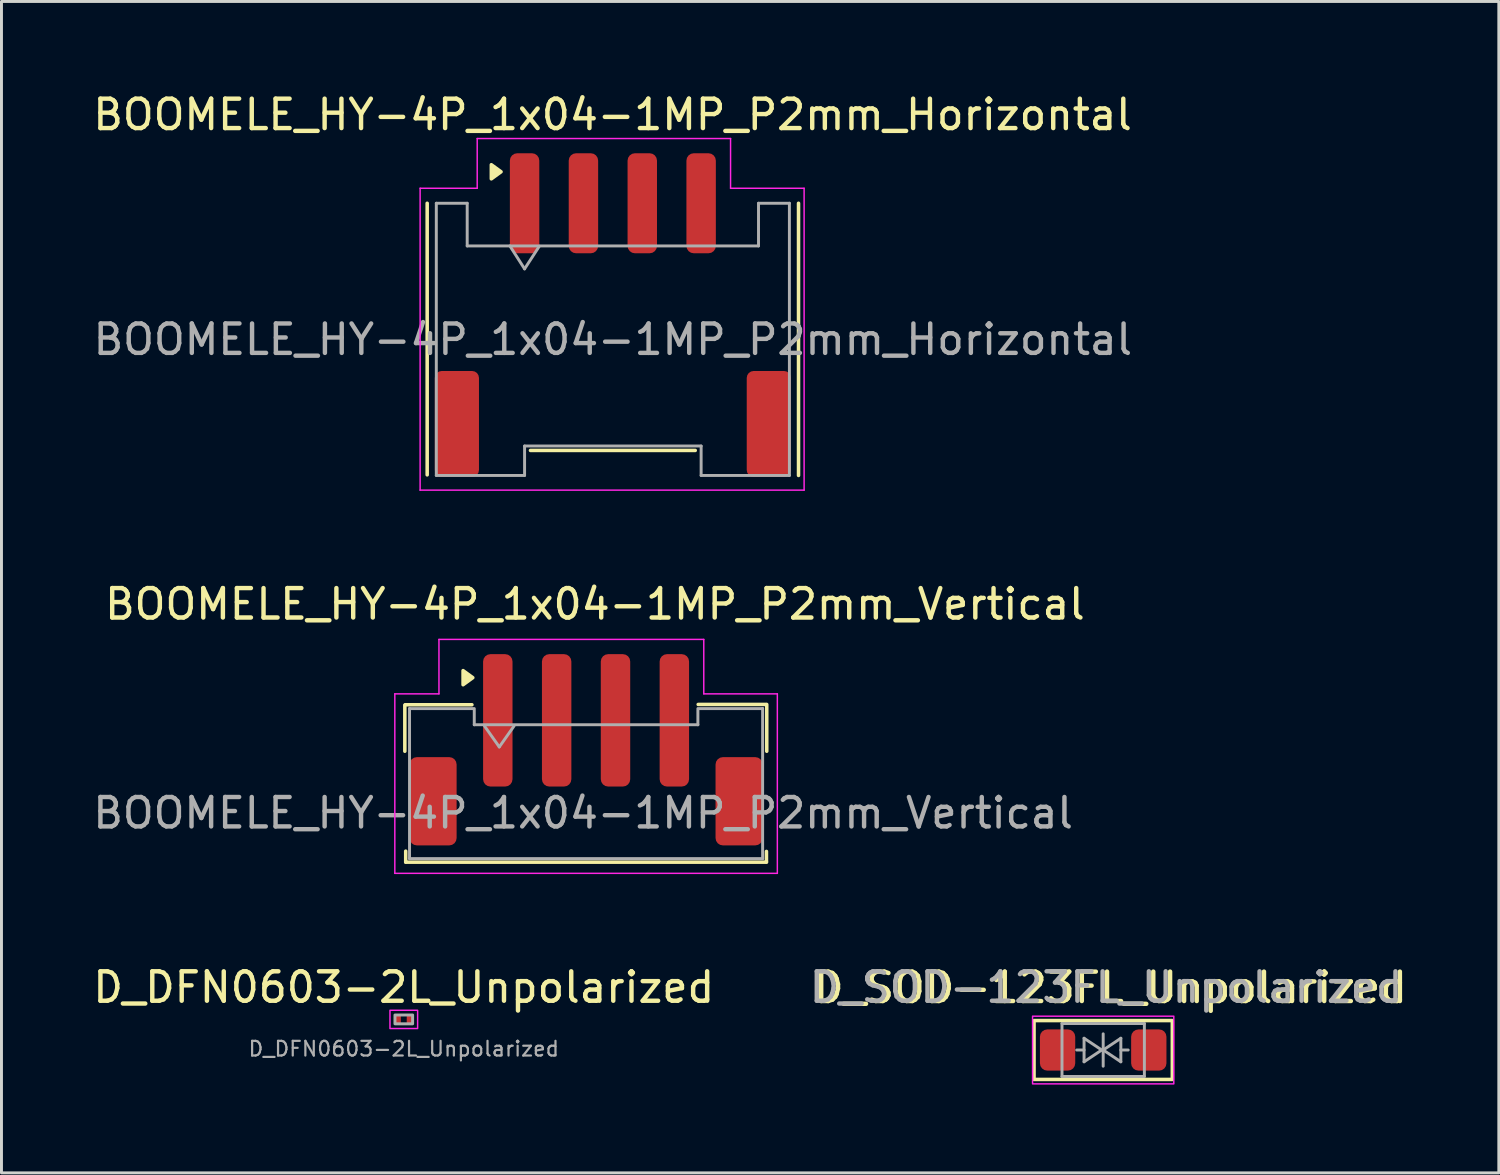
<source format=kicad_pcb>
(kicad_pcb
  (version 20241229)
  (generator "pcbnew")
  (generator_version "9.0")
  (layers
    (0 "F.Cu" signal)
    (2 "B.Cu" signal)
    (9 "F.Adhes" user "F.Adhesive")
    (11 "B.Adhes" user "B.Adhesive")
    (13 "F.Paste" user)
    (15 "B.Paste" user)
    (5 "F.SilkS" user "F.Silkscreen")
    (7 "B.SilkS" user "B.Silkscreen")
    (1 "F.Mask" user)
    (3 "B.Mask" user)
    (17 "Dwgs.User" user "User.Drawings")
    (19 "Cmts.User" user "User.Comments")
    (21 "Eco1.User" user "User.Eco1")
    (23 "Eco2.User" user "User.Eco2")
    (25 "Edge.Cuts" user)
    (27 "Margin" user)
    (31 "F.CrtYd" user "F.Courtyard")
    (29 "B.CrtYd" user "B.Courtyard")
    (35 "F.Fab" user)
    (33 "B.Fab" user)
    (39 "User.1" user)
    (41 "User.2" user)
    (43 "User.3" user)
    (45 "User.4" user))
  (footprint "D_DFN0603-2L_Unpolarized"
    (layer "F.Cu")
    (at 10.673 31.595)
    (property "Reference" "D_DFN0603-2L_Unpolarized" (at 0 -1.09 0) (unlocked yes) (layer "F.SilkS") (effects (font (size 1 1) (thickness 0.15))))
    (attr smd)
    (fp_rect (start -0.47 -0.31) (end 0.47 0.31) (stroke (width 0.05) (type default)) (fill no) (layer "F.CrtYd"))
    (fp_rect (start -0.3 -0.15) (end 0.3 0.15) (stroke (width 0.1) (type solid)) (fill no) (layer "F.Fab"))
    (fp_text user "${REFERENCE}" (at 0 1 0) (unlocked yes) (layer "F.Fab") (effects (font (size 0.5 0.5) (thickness 0.075))))
    (pad "1" smd roundrect (at -0.21 0) (size 0.22 0.32) (layers "F.Cu" "F.Mask" "F.Paste") (roundrect_rratio 0.25))
    (pad "2" smd roundrect (at 0.21 0) (size 0.22 0.32) (layers "F.Cu" "F.Mask" "F.Paste") (roundrect_rratio 0.25)))
  (footprint "D_SOD-123FL_Unpolarized"
    (layer "F.Cu")
    (at 34.442 32.635)
    (property "Reference" "D_SOD-123FL_Unpolarized" (at 0.25 -2.12 0) (layer "F.SilkS") (effects (font (size 1 1) (thickness 0.15))))
    (attr smd)
    (fp_rect (start -2.35 -1) (end 2.35 1) (stroke (width 0.12) (type default)) (fill no) (layer "F.SilkS"))
    (fp_rect (start -2.4 -1.15) (end 2.4 1.15) (stroke (width 0.05) (type solid)) (fill no) (layer "F.CrtYd"))
    (fp_line (start -1.4 -0.9) (end 1.4 -0.9) (stroke (width 0.1) (type solid)) (layer "F.Fab"))
    (fp_line (start -1.4 0.9) (end -1.4 -0.9) (stroke (width 0.1) (type solid)) (layer "F.Fab"))
    (fp_line (start -0.65 -0.4) (end -0.05 0) (stroke (width 0.1) (type solid)) (layer "F.Fab"))
    (fp_line (start -0.65 0) (end -0.9 0) (stroke (width 0.1) (type solid)) (layer "F.Fab"))
    (fp_line (start -0.65 0.4) (end -0.65 -0.4) (stroke (width 0.1) (type solid)) (layer "F.Fab"))
    (fp_line (start -0.05 0) (end -0.65 0.4) (stroke (width 0.1) (type solid)) (layer "F.Fab"))
    (fp_line (start 0 0) (end 0 -0.55) (stroke (width 0.1) (type solid)) (layer "F.Fab"))
    (fp_line (start 0 0) (end 0 0.55) (stroke (width 0.1) (type solid)) (layer "F.Fab"))
    (fp_line (start 0 0) (end 0.6 -0.4) (stroke (width 0.1) (type solid)) (layer "F.Fab"))
    (fp_line (start 0.6 -0.4) (end 0.6 0.4) (stroke (width 0.1) (type solid)) (layer "F.Fab"))
    (fp_line (start 0.6 0) (end 0.85 0) (stroke (width 0.1) (type solid)) (layer "F.Fab"))
    (fp_line (start 0.6 0.4) (end 0 0) (stroke (width 0.1) (type solid)) (layer "F.Fab"))
    (fp_line (start 1.4 -0.9) (end 1.4 0.9) (stroke (width 0.1) (type solid)) (layer "F.Fab"))
    (fp_line (start 1.4 0.9) (end -1.4 0.9) (stroke (width 0.1) (type solid)) (layer "F.Fab"))
    (fp_text user "${REFERENCE}" (at 0.1 -2.13 0) (layer "F.Fab") (effects (font (size 1 1) (thickness 0.15))))
    (pad "1" smd roundrect (at -1.55 0) (size 1.2 1.4) (layers "F.Cu" "F.Mask" "F.Paste") (roundrect_rratio 0.208))
    (pad "2" smd roundrect (at 1.55 0) (size 1.2 1.4) (layers "F.Cu" "F.Mask" "F.Paste") (roundrect_rratio 0.208)))
  (footprint "BOOMELE_HY-4P_1x04-1MP_P2mm_Horizontal"
    (layer "F.Cu")
    (at 17.778 8.488)
    (property "Reference" "BOOMELE_HY-4P_1x04-1MP_P2mm_Horizontal" (at -0.01 -7.64 0) (layer "F.SilkS") (effects (font (size 1 1) (thickness 0.15))))
    (attr smd)
    (fp_line (start -6.31 -4.63) (end -6.31 4.6) (stroke (width 0.12) (type solid)) (layer "F.SilkS"))
    (fp_line (start 2.8 3.77) (end -2.8 3.77) (stroke (width 0.12) (type solid)) (layer "F.SilkS"))
    (fp_line (start 6.31 -4.63) (end 6.31 4.62) (stroke (width 0.12) (type solid)) (layer "F.SilkS"))
    (fp_poly (pts (xy -3.8 -5.7) (xy -4.13 -5.46) (xy -4.13 -5.94)) (stroke (width 0.12) (type solid)) (fill yes) (layer "F.SilkS"))
    (fp_line (start -6.55 -5.14) (end -6.55 5.12) (stroke (width 0.05) (type default)) (layer "F.CrtYd"))
    (fp_line (start -6.55 5.12) (end 6.5 5.12) (stroke (width 0.05) (type default)) (layer "F.CrtYd"))
    (fp_line (start -4.61 -6.83) (end -4.61 -5.14) (stroke (width 0.05) (type default)) (layer "F.CrtYd"))
    (fp_line (start -4.61 -5.14) (end -6.55 -5.14) (stroke (width 0.05) (type default)) (layer "F.CrtYd"))
    (fp_line (start 4 -6.83) (end -4.61 -6.83) (stroke (width 0.05) (type default)) (layer "F.CrtYd"))
    (fp_line (start 4 -5.14) (end 4 -6.83) (stroke (width 0.05) (type default)) (layer "F.CrtYd"))
    (fp_line (start 6.5 -5.14) (end 4 -5.14) (stroke (width 0.05) (type default)) (layer "F.CrtYd"))
    (fp_line (start 6.5 5.12) (end 6.5 -5.14) (stroke (width 0.05) (type solid)) (layer "F.CrtYd"))
    (fp_line (start -6 -4.63) (end -6 4.62) (stroke (width 0.1) (type default)) (layer "F.Fab"))
    (fp_line (start -6 4.62) (end -3 4.62) (stroke (width 0.1) (type default)) (layer "F.Fab"))
    (fp_line (start -4.95 -4.63) (end -6 -4.63) (stroke (width 0.1) (type default)) (layer "F.Fab"))
    (fp_line (start -4.95 -3.18) (end -4.95 -4.63) (stroke (width 0.1) (type default)) (layer "F.Fab"))
    (fp_line (start -4.95 -3.18) (end 4.95 -3.18) (stroke (width 0.1) (type default)) (layer "F.Fab"))
    (fp_line (start -3.5 -3.18) (end -3 -2.4) (stroke (width 0.1) (type default)) (layer "F.Fab"))
    (fp_line (start -3 -2.4) (end -2.5 -3.17) (stroke (width 0.1) (type default)) (layer "F.Fab"))
    (fp_line (start -3 3.62) (end -3 4.62) (stroke (width 0.1) (type default)) (layer "F.Fab"))
    (fp_line (start -3 3.62) (end 3 3.62) (stroke (width 0.1) (type solid)) (layer "F.Fab"))
    (fp_line (start 3 3.62) (end 3 4.62) (stroke (width 0.1) (type default)) (layer "F.Fab"))
    (fp_line (start 3 4.62) (end 6 4.62) (stroke (width 0.1) (type default)) (layer "F.Fab"))
    (fp_line (start 4.95 -4.63) (end 6 -4.63) (stroke (width 0.1) (type default)) (layer "F.Fab"))
    (fp_line (start 4.95 -3.18) (end 4.95 -4.63) (stroke (width 0.1) (type default)) (layer "F.Fab"))
    (fp_line (start 6 4.62) (end 6 -4.63) (stroke (width 0.1) (type solid)) (layer "F.Fab"))
    (fp_text user "${REFERENCE}" (at 0 0 0) (layer "F.Fab") (effects (font (size 1 1) (thickness 0.15))))
    (pad "1" smd roundrect (at -3 -4.63) (size 1 3.4) (layers "F.Cu" "F.Mask" "F.Paste") (roundrect_rratio 0.25))
    (pad "2" smd roundrect (at -1 -4.63) (size 1 3.4) (layers "F.Cu" "F.Mask" "F.Paste") (roundrect_rratio 0.25))
    (pad "3" smd roundrect (at 1 -4.63) (size 1 3.4) (layers "F.Cu" "F.Mask" "F.Paste") (roundrect_rratio 0.25))
    (pad "4" smd roundrect (at 3 -4.63) (size 1 3.4) (layers "F.Cu" "F.Mask" "F.Paste") (roundrect_rratio 0.25))
    (pad "MP" smd roundrect (at -5.3 2.87) (size 1.5 3.6) (layers "F.Cu" "F.Mask" "F.Paste") (roundrect_rratio 0.156))
    (pad "MP" smd roundrect (at 5.3 2.87) (size 1.5 3.6) (layers "F.Cu" "F.Mask" "F.Paste") (roundrect_rratio 0.156)))
  (footprint "BOOMELE_HY-4P_1x04-1MP_P2mm_Vertical"
    (layer "F.Cu")
    (at 16.868 23.581)
    (property "Reference" "BOOMELE_HY-4P_1x04-1MP_P2mm_Vertical" (at 0.3 -6.1 0) (layer "F.SilkS") (effects (font (size 1 1) (thickness 0.15))))
    (attr smd)
    (fp_line (start -6.16 -2.66) (end -6.16 -1.1) (stroke (width 0.12) (type default)) (layer "F.SilkS"))
    (fp_line (start -6.15 -2.68) (end -3.88 -2.68) (stroke (width 0.12) (type solid)) (layer "F.SilkS"))
    (fp_line (start -6.13 2.295) (end -6.13 2.665) (stroke (width 0.12) (type default)) (layer "F.SilkS"))
    (fp_line (start 3.81 -2.69) (end 6.11 -2.69) (stroke (width 0.12) (type solid)) (layer "F.SilkS"))
    (fp_line (start 6.13 2.305) (end 6.13 2.66) (stroke (width 0.12) (type default)) (layer "F.SilkS"))
    (fp_line (start 6.13 2.67) (end -6.13 2.67) (stroke (width 0.12) (type default)) (layer "F.SilkS"))
    (fp_line (start 6.14 -2.69) (end 6.14 -1.1) (stroke (width 0.12) (type default)) (layer "F.SilkS"))
    (fp_poly (pts (xy -3.85 -3.6) (xy -4.18 -3.36) (xy -4.18 -3.84)) (stroke (width 0.12) (type solid)) (fill yes) (layer "F.SilkS"))
    (fp_line (start -6.5 -3.05) (end -6.5 3.05) (stroke (width 0.05) (type default)) (layer "F.CrtYd"))
    (fp_line (start -5 -4.9) (end -5 -3.05) (stroke (width 0.05) (type default)) (layer "F.CrtYd"))
    (fp_line (start -5 -3.05) (end -6.5 -3.05) (stroke (width 0.05) (type default)) (layer "F.CrtYd"))
    (fp_line (start 4 -4.9) (end -5 -4.9) (stroke (width 0.05) (type default)) (layer "F.CrtYd"))
    (fp_line (start 4 -3.05) (end 4 -4.9) (stroke (width 0.05) (type default)) (layer "F.CrtYd"))
    (fp_line (start 6.5 -3.05) (end 4 -3.05) (stroke (width 0.05) (type default)) (layer "F.CrtYd"))
    (fp_line (start 6.5 3.05) (end -6.5 3.05) (stroke (width 0.05) (type default)) (layer "F.CrtYd"))
    (fp_line (start 6.5 3.05) (end 6.5 -3.05) (stroke (width 0.05) (type default)) (layer "F.CrtYd"))
    (fp_line (start -6 -2.55) (end -6 2.55) (stroke (width 0.1) (type default)) (layer "F.Fab"))
    (fp_line (start -6 2.55) (end 6 2.55) (stroke (width 0.1) (type default)) (layer "F.Fab"))
    (fp_line (start -3.8 -2.55) (end -6 -2.55) (stroke (width 0.1) (type default)) (layer "F.Fab"))
    (fp_line (start -3.8 -2.5) (end -3.8 -2) (stroke (width 0.1) (type default)) (layer "F.Fab"))
    (fp_line (start -3.8 -2) (end 3.8 -2) (stroke (width 0.1) (type default)) (layer "F.Fab"))
    (fp_line (start -3.45 -1.954) (end -2.95 -1.246) (stroke (width 0.1) (type solid)) (layer "F.Fab"))
    (fp_line (start -2.95 -1.246) (end -2.45 -1.954) (stroke (width 0.1) (type solid)) (layer "F.Fab"))
    (fp_line (start 3.8 -2) (end 3.8 -2.5) (stroke (width 0.1) (type default)) (layer "F.Fab"))
    (fp_line (start 6 -2.55) (end 3.8 -2.55) (stroke (width 0.1) (type default)) (layer "F.Fab"))
    (fp_line (start 6 2.55) (end 6 -2.55) (stroke (width 0.1) (type default)) (layer "F.Fab"))
    (fp_text user "${REFERENCE}" (at -0.1 1 0) (layer "F.Fab") (effects (font (size 1 1) (thickness 0.15))))
    (pad "1" smd roundrect (at -3 -2.15) (size 1 4.5) (layers "F.Cu" "F.Mask" "F.Paste") (roundrect_rratio 0.25))
    (pad "2" smd roundrect (at -1 -2.15) (size 1 4.5) (layers "F.Cu" "F.Mask" "F.Paste") (roundrect_rratio 0.25))
    (pad "3" smd roundrect (at 1 -2.15) (size 1 4.5) (layers "F.Cu" "F.Mask" "F.Paste") (roundrect_rratio 0.25))
    (pad "4" smd roundrect (at 3 -2.15) (size 1 4.5) (layers "F.Cu" "F.Mask" "F.Paste") (roundrect_rratio 0.25))
    (pad "MP" smd roundrect (at -5.2 0.6) (size 1.6 3) (layers "F.Cu" "F.Mask" "F.Paste") (roundrect_rratio 0.156))
    (pad "MP" smd roundrect (at 5.2 0.6) (size 1.6 3) (layers "F.Cu" "F.Mask" "F.Paste") (roundrect_rratio 0.156)))
  (gr_rect
    (start -3 -3)
    (end 47.888 36.81)
    (stroke (width 0.1) (type default))
    (fill no)
    (layer "Edge.Cuts")))
</source>
